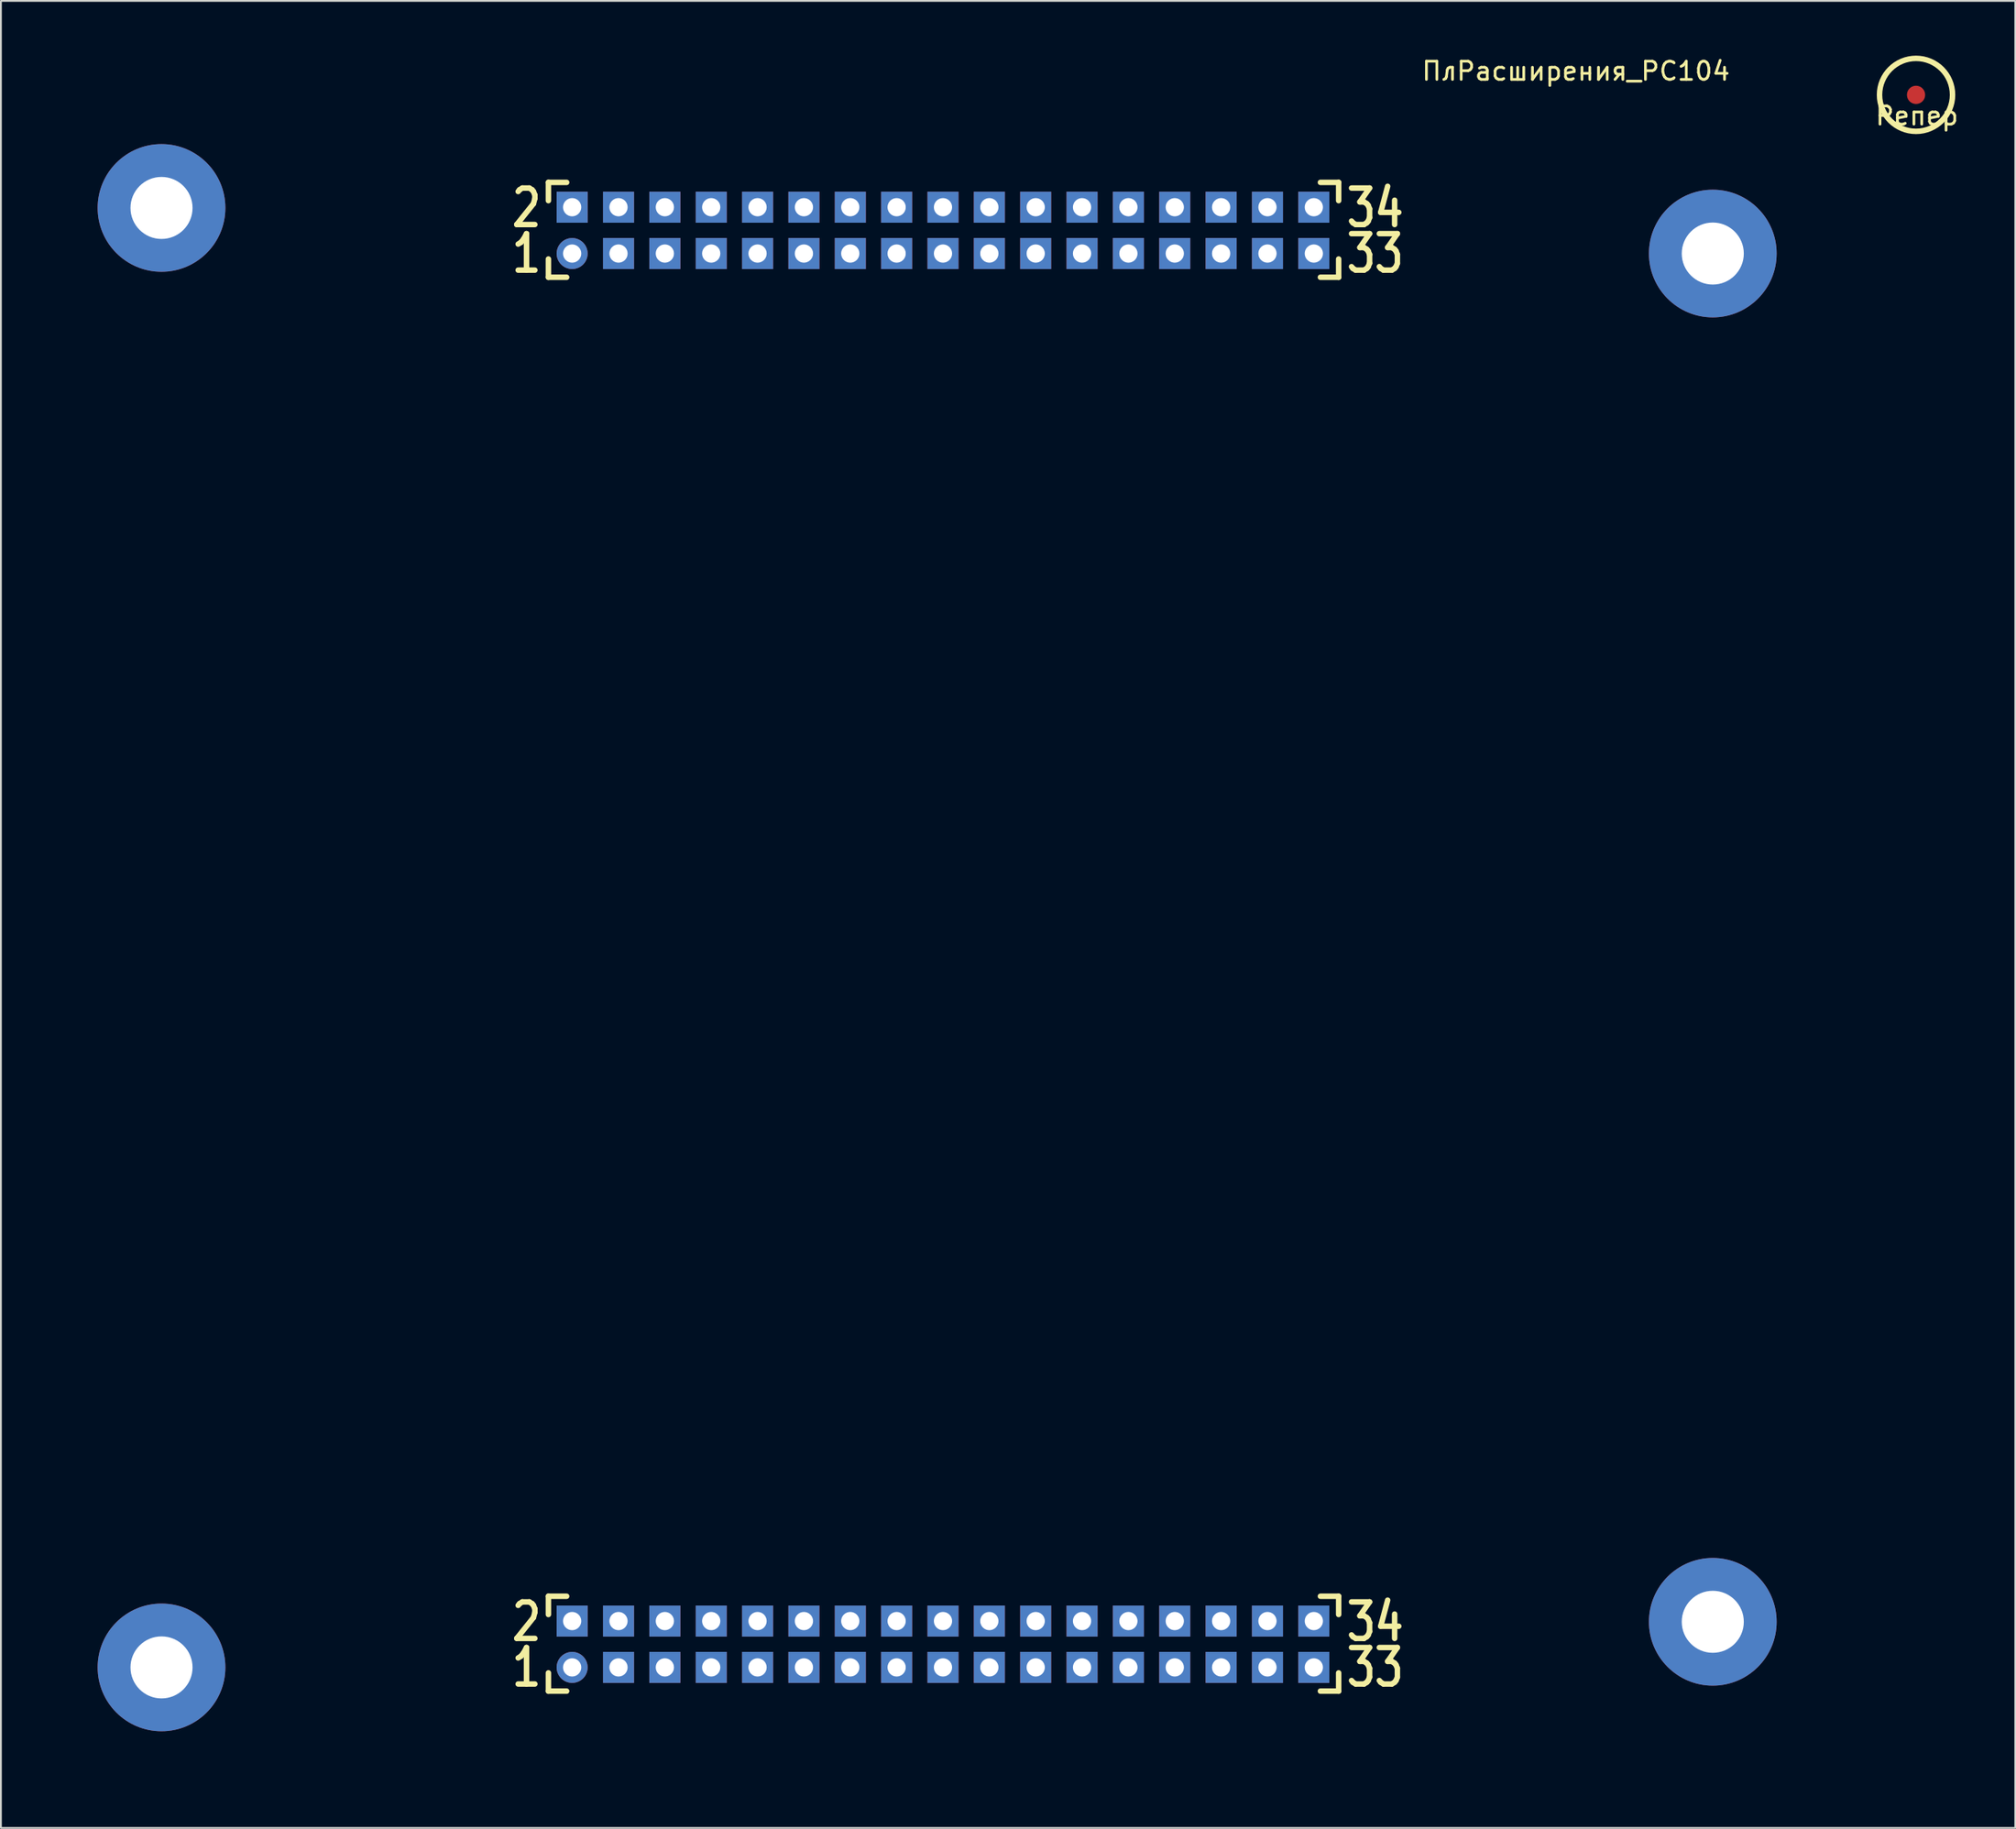
<source format=kicad_pcb>
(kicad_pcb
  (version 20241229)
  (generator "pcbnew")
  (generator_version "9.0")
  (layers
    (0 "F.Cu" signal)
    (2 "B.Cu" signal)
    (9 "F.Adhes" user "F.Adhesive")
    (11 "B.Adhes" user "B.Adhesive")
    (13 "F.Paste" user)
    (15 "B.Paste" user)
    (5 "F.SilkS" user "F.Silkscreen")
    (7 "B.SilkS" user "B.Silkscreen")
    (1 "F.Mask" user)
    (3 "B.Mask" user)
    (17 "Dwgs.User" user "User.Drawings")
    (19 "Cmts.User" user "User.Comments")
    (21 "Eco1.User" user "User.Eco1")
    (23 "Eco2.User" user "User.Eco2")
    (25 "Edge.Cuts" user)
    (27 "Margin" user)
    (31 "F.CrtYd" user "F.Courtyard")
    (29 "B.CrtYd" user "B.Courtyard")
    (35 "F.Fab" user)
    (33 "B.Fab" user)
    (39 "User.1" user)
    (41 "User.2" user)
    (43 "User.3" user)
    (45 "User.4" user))
  (footprint "ПлРасширения_PC104"
    (layer "F.Cu")
    (at 0.8 93.348)
    (property "Reference" "ПлРасширения_PC104" (at 82.5 -92.5 0) (layer "F.SilkS") (effects (font (size 1 1) (thickness 0.15))))
    (attr through_hole)
    (fp_line (start 0 -87.5) (end 2.5 -90) (stroke (width 1.6) (type solid)) (layer "F.Mask"))
    (fp_line (start 0 0) (end 0 -87.5) (stroke (width 1.6) (type solid)) (layer "F.Mask"))
    (fp_line (start 2.5 -90) (end 95 -90) (stroke (width 1.6) (type solid)) (layer "F.Mask"))
    (fp_line (start 95 0) (end 0 0) (stroke (width 1.6) (type solid)) (layer "F.Mask"))
    (fp_line (start 95 0) (end 95 -90) (stroke (width 1.6) (type solid)) (layer "F.Mask"))
    (fp_line (start 0 -87.5) (end 2.5 -90) (stroke (width 1.6) (type solid)) (layer "B.Mask"))
    (fp_line (start 0 0) (end 0 -87.5) (stroke (width 1.6) (type solid)) (layer "B.Mask"))
    (fp_line (start 0 0) (end 95 0) (stroke (width 1.6) (type solid)) (layer "B.Mask"))
    (fp_line (start 2.5 -90) (end 95 -90) (stroke (width 1.6) (type solid)) (layer "B.Mask"))
    (fp_line (start 2.5 -90) (end 95 -90) (stroke (width 1.6) (type solid)) (layer "B.Mask"))
    (fp_line (start 95 -90) (end 95 0) (stroke (width 1.6) (type solid)) (layer "B.Mask"))
    (fp_line (start 26.2 -86.4) (end 27.2 -86.4) (stroke (width 0.3) (type solid)) (layer "F.SilkS"))
    (fp_line (start 26.2 -85.4) (end 26.2 -86.4) (stroke (width 0.3) (type solid)) (layer "F.SilkS"))
    (fp_line (start 26.2 -81.2) (end 26.2 -82.2) (stroke (width 0.3) (type solid)) (layer "F.SilkS"))
    (fp_line (start 26.2 -8.9) (end 27.2 -8.9) (stroke (width 0.3) (type solid)) (layer "F.SilkS"))
    (fp_line (start 26.2 -7.9) (end 26.2 -8.9) (stroke (width 0.3) (type solid)) (layer "F.SilkS"))
    (fp_line (start 26.2 -3.7) (end 26.2 -4.7) (stroke (width 0.3) (type solid)) (layer "F.SilkS"))
    (fp_line (start 27.2 -81.2) (end 26.2 -81.2) (stroke (width 0.3) (type solid)) (layer "F.SilkS"))
    (fp_line (start 27.2 -3.7) (end 26.2 -3.7) (stroke (width 0.3) (type solid)) (layer "F.SilkS"))
    (fp_line (start 68.5 -86.4) (end 69.5 -86.4) (stroke (width 0.3) (type solid)) (layer "F.SilkS"))
    (fp_line (start 68.5 -81.2) (end 69.5 -81.2) (stroke (width 0.3) (type solid)) (layer "F.SilkS"))
    (fp_line (start 68.5 -3.7) (end 69.5 -3.7) (stroke (width 0.3) (type solid)) (layer "F.SilkS"))
    (fp_line (start 69.5 -86.4) (end 69.5 -85.4) (stroke (width 0.3) (type solid)) (layer "F.SilkS"))
    (fp_line (start 69.5 -81.2) (end 69.5 -82.2) (stroke (width 0.3) (type solid)) (layer "F.SilkS"))
    (fp_line (start 69.5 -8.9) (end 68.5 -8.9) (stroke (width 0.3) (type solid)) (layer "F.SilkS"))
    (fp_line (start 69.5 -7.9) (end 69.5 -8.9) (stroke (width 0.3) (type solid)) (layer "F.SilkS"))
    (fp_line (start 69.5 -3.7) (end 69.5 -4.7) (stroke (width 0.3) (type solid)) (layer "F.SilkS"))
    (fp_text user "2" (at 25 -7.5 0) (layer "F.SilkS") (effects (font (size 2 1.6) (thickness 0.3))))
    (fp_text user "33" (at 71.5 -5 0) (layer "F.SilkS") (effects (font (size 2 1.6) (thickness 0.3))))
    (fp_text user "1" (at 25 -82.5 0) (layer "F.SilkS") (effects (font (size 2 1.6) (thickness 0.3))))
    (fp_text user "34" (at 71.5 -7.5 0) (layer "F.SilkS") (effects (font (size 2 1.6) (thickness 0.3))))
    (fp_text user "1" (at 25 -5 0) (layer "F.SilkS") (effects (font (size 2 1.6) (thickness 0.3))))
    (fp_text user "33" (at 71.5 -82.5 0) (layer "F.SilkS") (effects (font (size 2 1.6) (thickness 0.3))))
    (fp_text user "2" (at 25 -85 0) (layer "F.SilkS") (effects (font (size 2 1.6) (thickness 0.3))))
    (fp_text user "34" (at 71.5 -85 0) (layer "F.SilkS") (effects (font (size 2 1.6) (thickness 0.3))))
    (pad "0" thru_hole circle (at 5 -85) (size 7 7) (drill 3.4) (layers "*.Cu" "*.Mask"))
    (pad "0" thru_hole circle (at 5 -5) (size 7 7) (drill 3.4) (layers "*.Cu" "*.Mask"))
    (pad "0" thru_hole circle (at 90 -82.5) (size 7 7) (drill 3.4) (layers "*.Cu" "*.Mask"))
    (pad "0" thru_hole circle (at 90 -7.5) (size 7 7) (drill 3.4) (layers "*.Cu" "*.Mask"))
    (pad "1.1" thru_hole circle (at 27.5 -82.5) (size 1.7 1.7) (drill 1) (layers "*.Cu" "*.Mask"))
    (pad "1.2" thru_hole rect (at 27.5 -85.04) (size 1.7 1.7) (drill 1) (layers "*.Cu" "*.Mask"))
    (pad "1.3" thru_hole rect (at 30.04 -82.5) (size 1.7 1.7) (drill 1) (layers "*.Cu" "*.Mask"))
    (pad "1.4" thru_hole rect (at 30.04 -85.04) (size 1.7 1.7) (drill 1) (layers "*.Cu" "*.Mask"))
    (pad "1.5" thru_hole rect (at 32.58 -82.5) (size 1.7 1.7) (drill 1) (layers "*.Cu" "*.Mask"))
    (pad "1.6" thru_hole rect (at 32.58 -85.04) (size 1.7 1.7) (drill 1) (layers "*.Cu" "*.Mask"))
    (pad "1.7" thru_hole rect (at 35.12 -82.5) (size 1.7 1.7) (drill 1) (layers "*.Cu" "*.Mask"))
    (pad "1.8" thru_hole rect (at 35.12 -85.04) (size 1.7 1.7) (drill 1) (layers "*.Cu" "*.Mask"))
    (pad "1.9" thru_hole rect (at 37.66 -82.5) (size 1.7 1.7) (drill 1) (layers "*.Cu" "*.Mask"))
    (pad "1.10" thru_hole rect (at 37.66 -85.04) (size 1.7 1.7) (drill 1) (layers "*.Cu" "*.Mask"))
    (pad "1.11" thru_hole rect (at 40.2 -82.5) (size 1.7 1.7) (drill 1) (layers "*.Cu" "*.Mask"))
    (pad "1.12" thru_hole rect (at 40.2 -85.04) (size 1.7 1.7) (drill 1) (layers "*.Cu" "*.Mask"))
    (pad "1.13" thru_hole rect (at 42.74 -82.5) (size 1.7 1.7) (drill 1) (layers "*.Cu" "*.Mask"))
    (pad "1.14" thru_hole rect (at 42.74 -85.04) (size 1.7 1.7) (drill 1) (layers "*.Cu" "*.Mask"))
    (pad "1.15" thru_hole rect (at 45.28 -82.5) (size 1.7 1.7) (drill 1) (layers "*.Cu" "*.Mask"))
    (pad "1.16" thru_hole rect (at 45.28 -85.04) (size 1.7 1.7) (drill 1) (layers "*.Cu" "*.Mask"))
    (pad "1.17" thru_hole rect (at 47.82 -82.5) (size 1.7 1.7) (drill 1) (layers "*.Cu" "*.Mask"))
    (pad "1.18" thru_hole rect (at 47.82 -85.04) (size 1.7 1.7) (drill 1) (layers "*.Cu" "*.Mask"))
    (pad "1.19" thru_hole rect (at 50.36 -82.5) (size 1.7 1.7) (drill 1) (layers "*.Cu" "*.Mask"))
    (pad "1.20" thru_hole rect (at 50.36 -85.04) (size 1.7 1.7) (drill 1) (layers "*.Cu" "*.Mask"))
    (pad "1.21" thru_hole rect (at 52.9 -82.5) (size 1.7 1.7) (drill 1) (layers "*.Cu" "*.Mask"))
    (pad "1.22" thru_hole rect (at 52.9 -85.04) (size 1.7 1.7) (drill 1) (layers "*.Cu" "*.Mask"))
    (pad "1.23" thru_hole rect (at 55.44 -82.5) (size 1.7 1.7) (drill 1) (layers "*.Cu" "*.Mask"))
    (pad "1.24" thru_hole rect (at 55.44 -85.04) (size 1.7 1.7) (drill 1) (layers "*.Cu" "*.Mask"))
    (pad "1.25" thru_hole rect (at 57.98 -82.5) (size 1.7 1.7) (drill 1) (layers "*.Cu" "*.Mask"))
    (pad "1.26" thru_hole rect (at 57.98 -85.04) (size 1.7 1.7) (drill 1) (layers "*.Cu" "*.Mask"))
    (pad "1.27" thru_hole rect (at 60.52 -82.5) (size 1.7 1.7) (drill 1) (layers "*.Cu" "*.Mask"))
    (pad "1.28" thru_hole rect (at 60.52 -85.04) (size 1.7 1.7) (drill 1) (layers "*.Cu" "*.Mask"))
    (pad "1.29" thru_hole rect (at 63.06 -82.5) (size 1.7 1.7) (drill 1) (layers "*.Cu" "*.Mask"))
    (pad "1.30" thru_hole rect (at 63.06 -85.04) (size 1.7 1.7) (drill 1) (layers "*.Cu" "*.Mask"))
    (pad "1.31" thru_hole rect (at 65.6 -82.5) (size 1.7 1.7) (drill 1) (layers "*.Cu" "*.Mask"))
    (pad "1.32" thru_hole rect (at 65.6 -85.04) (size 1.7 1.7) (drill 1) (layers "*.Cu" "*.Mask"))
    (pad "1.33" thru_hole rect (at 68.14 -82.5) (size 1.7 1.7) (drill 1) (layers "*.Cu" "*.Mask"))
    (pad "1.34" thru_hole rect (at 68.14 -85.04) (size 1.7 1.7) (drill 1) (layers "*.Cu" "*.Mask"))
    (pad "2.1" thru_hole circle (at 27.5 -5) (size 1.7 1.7) (drill 1) (layers "*.Cu" "*.Mask"))
    (pad "2.2" thru_hole rect (at 27.5 -7.54) (size 1.7 1.7) (drill 1) (layers "*.Cu" "*.Mask"))
    (pad "2.3" thru_hole rect (at 30.04 -5) (size 1.7 1.7) (drill 1) (layers "*.Cu" "*.Mask"))
    (pad "2.4" thru_hole rect (at 30.04 -7.54) (size 1.7 1.7) (drill 1) (layers "*.Cu" "*.Mask"))
    (pad "2.5" thru_hole rect (at 32.58 -5) (size 1.7 1.7) (drill 1) (layers "*.Cu" "*.Mask"))
    (pad "2.6" thru_hole rect (at 32.58 -7.54) (size 1.7 1.7) (drill 1) (layers "*.Cu" "*.Mask"))
    (pad "2.7" thru_hole rect (at 35.12 -5) (size 1.7 1.7) (drill 1) (layers "*.Cu" "*.Mask"))
    (pad "2.8" thru_hole rect (at 35.12 -7.54) (size 1.7 1.7) (drill 1) (layers "*.Cu" "*.Mask"))
    (pad "2.9" thru_hole rect (at 37.66 -5) (size 1.7 1.7) (drill 1) (layers "*.Cu" "*.Mask"))
    (pad "2.10" thru_hole rect (at 37.66 -7.54) (size 1.7 1.7) (drill 1) (layers "*.Cu" "*.Mask"))
    (pad "2.11" thru_hole rect (at 40.2 -5) (size 1.7 1.7) (drill 1) (layers "*.Cu" "*.Mask"))
    (pad "2.12" thru_hole rect (at 40.2 -7.54) (size 1.7 1.7) (drill 1) (layers "*.Cu" "*.Mask"))
    (pad "2.13" thru_hole rect (at 42.74 -5) (size 1.7 1.7) (drill 1) (layers "*.Cu" "*.Mask"))
    (pad "2.14" thru_hole rect (at 42.74 -7.54) (size 1.7 1.7) (drill 1) (layers "*.Cu" "*.Mask"))
    (pad "2.15" thru_hole rect (at 45.28 -5) (size 1.7 1.7) (drill 1) (layers "*.Cu" "*.Mask"))
    (pad "2.16" thru_hole rect (at 45.28 -7.54) (size 1.7 1.7) (drill 1) (layers "*.Cu" "*.Mask"))
    (pad "2.17" thru_hole rect (at 47.82 -5) (size 1.7 1.7) (drill 1) (layers "*.Cu" "*.Mask"))
    (pad "2.18" thru_hole rect (at 47.82 -7.54) (size 1.7 1.7) (drill 1) (layers "*.Cu" "*.Mask"))
    (pad "2.19" thru_hole rect (at 50.36 -5) (size 1.7 1.7) (drill 1) (layers "*.Cu" "*.Mask"))
    (pad "2.20" thru_hole rect (at 50.36 -7.54) (size 1.7 1.7) (drill 1) (layers "*.Cu" "*.Mask"))
    (pad "2.21" thru_hole rect (at 52.9 -5) (size 1.7 1.7) (drill 1) (layers "*.Cu" "*.Mask"))
    (pad "2.22" thru_hole rect (at 52.9 -7.54) (size 1.7 1.7) (drill 1) (layers "*.Cu" "*.Mask"))
    (pad "2.23" thru_hole rect (at 55.44 -5) (size 1.7 1.7) (drill 1) (layers "*.Cu" "*.Mask"))
    (pad "2.24" thru_hole rect (at 55.44 -7.54) (size 1.7 1.7) (drill 1) (layers "*.Cu" "*.Mask"))
    (pad "2.25" thru_hole rect (at 57.98 -5) (size 1.7 1.7) (drill 1) (layers "*.Cu" "*.Mask"))
    (pad "2.26" thru_hole rect (at 57.98 -7.54) (size 1.7 1.7) (drill 1) (layers "*.Cu" "*.Mask"))
    (pad "2.27" thru_hole rect (at 60.52 -5) (size 1.7 1.7) (drill 1) (layers "*.Cu" "*.Mask"))
    (pad "2.28" thru_hole rect (at 60.52 -7.54) (size 1.7 1.7) (drill 1) (layers "*.Cu" "*.Mask"))
    (pad "2.29" thru_hole rect (at 63.06 -5) (size 1.7 1.7) (drill 1) (layers "*.Cu" "*.Mask"))
    (pad "2.30" thru_hole rect (at 63.06 -7.54) (size 1.7 1.7) (drill 1) (layers "*.Cu" "*.Mask"))
    (pad "2.31" thru_hole rect (at 65.6 -5) (size 1.7 1.7) (drill 1) (layers "*.Cu" "*.Mask"))
    (pad "2.32" thru_hole rect (at 65.6 -7.54) (size 1.7 1.7) (drill 1) (layers "*.Cu" "*.Mask"))
    (pad "2.33" thru_hole rect (at 68.14 -5) (size 1.7 1.7) (drill 1) (layers "*.Cu" "*.Mask"))
    (pad "2.34" thru_hole rect (at 68.14 -7.54) (size 1.7 1.7) (drill 1) (layers "*.Cu" "*.Mask")))
  (footprint "Репер"
    (layer "F.Cu")
    (at 101.937 2.15)
    (property "Reference" "Репер" (at 0.05 1.15 0) (layer "F.SilkS") (effects (font (size 1 1) (thickness 0.15))))
    (attr through_hole)
    (fp_circle (center 0 0) (end 2 0) (stroke (width 0.3) (type solid)) (fill no) (layer "F.SilkS"))
    (pad "1" smd circle (at 0 0) (size 1 1) (layers "F.Cu" "F.Mask" "F.Paste")))
  (gr_rect
    (start -3 -3)
    (end 107.374 97.148)
    (stroke (width 0.1) (type default))
    (fill no)
    (layer "Edge.Cuts")))
</source>
